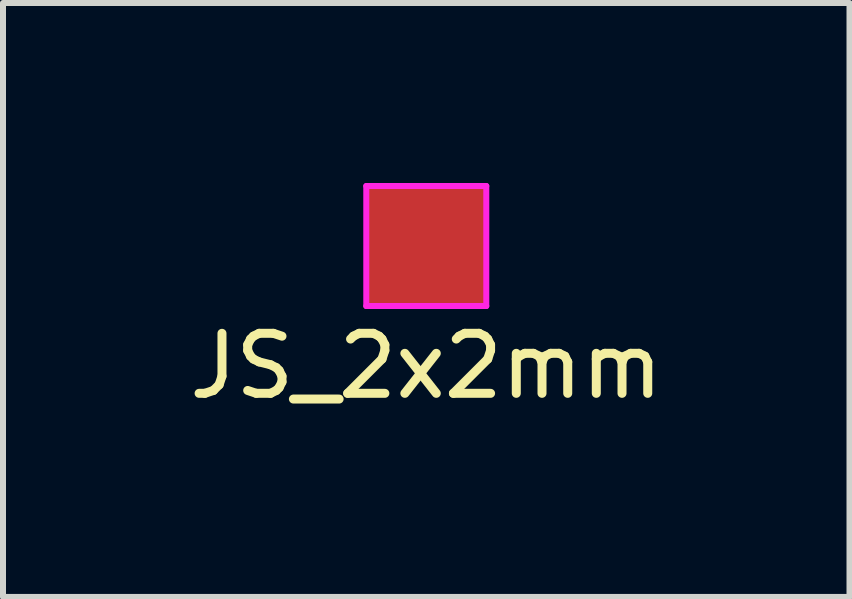
<source format=kicad_pcb>
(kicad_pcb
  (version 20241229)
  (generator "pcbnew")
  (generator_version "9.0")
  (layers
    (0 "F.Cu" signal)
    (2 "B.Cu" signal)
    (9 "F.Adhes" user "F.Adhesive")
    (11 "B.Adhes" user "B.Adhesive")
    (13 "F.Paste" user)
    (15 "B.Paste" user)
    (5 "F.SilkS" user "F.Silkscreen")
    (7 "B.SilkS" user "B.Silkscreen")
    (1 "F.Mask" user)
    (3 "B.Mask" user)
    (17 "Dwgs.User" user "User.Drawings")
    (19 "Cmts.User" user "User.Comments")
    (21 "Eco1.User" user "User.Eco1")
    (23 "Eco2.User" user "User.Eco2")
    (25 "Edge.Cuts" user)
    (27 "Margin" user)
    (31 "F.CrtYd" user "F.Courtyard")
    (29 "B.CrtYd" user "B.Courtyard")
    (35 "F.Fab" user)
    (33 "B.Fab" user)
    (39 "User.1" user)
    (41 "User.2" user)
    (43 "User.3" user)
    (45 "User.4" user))
  (footprint "JS_2x2mm"
    (layer "F.Cu")
    (at 4.054 1.05)
    (property "Reference" "JS_2x2mm" (at 0 2 0) (layer "F.SilkS") (effects (font (size 1 1) (thickness 0.15))))
    (attr smd)
    (fp_line (start -1 -1) (end 1 -1) (stroke (width 0.1) (type solid)) (layer "F.CrtYd"))
    (fp_line (start -1 1) (end -1 -1) (stroke (width 0.1) (type solid)) (layer "F.CrtYd"))
    (fp_line (start 1 -1) (end 1 1) (stroke (width 0.1) (type solid)) (layer "F.CrtYd"))
    (fp_line (start 1 1) (end -1 1) (stroke (width 0.1) (type solid)) (layer "F.CrtYd"))
    (pad "1" smd rect (at 0 0) (size 2 2) (layers "F.Cu" "F.Mask" "F.Paste")))
  (gr_rect
    (start -3 -3)
    (end 11.107 6.898)
    (stroke (width 0.1) (type default))
    (fill no)
    (layer "Edge.Cuts")))
</source>
